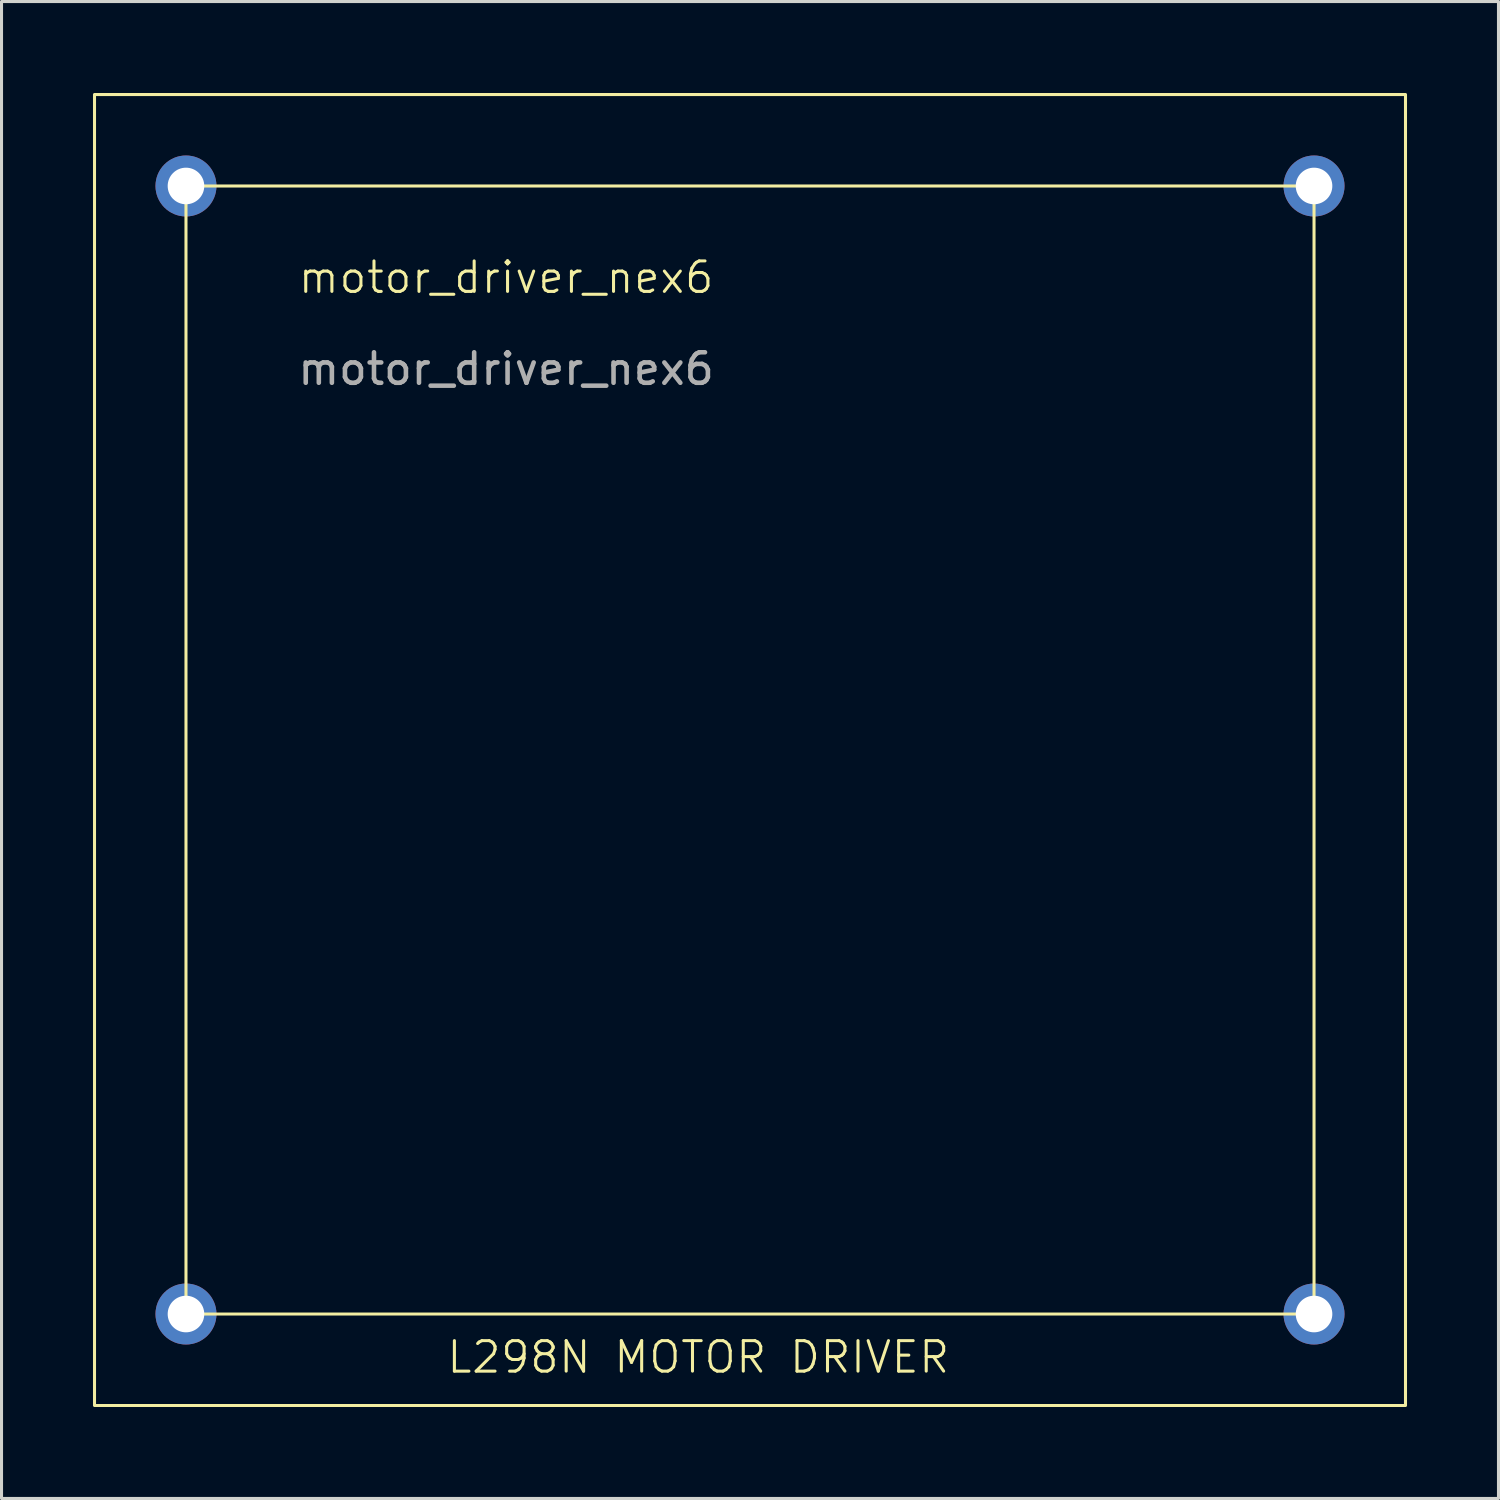
<source format=kicad_pcb>
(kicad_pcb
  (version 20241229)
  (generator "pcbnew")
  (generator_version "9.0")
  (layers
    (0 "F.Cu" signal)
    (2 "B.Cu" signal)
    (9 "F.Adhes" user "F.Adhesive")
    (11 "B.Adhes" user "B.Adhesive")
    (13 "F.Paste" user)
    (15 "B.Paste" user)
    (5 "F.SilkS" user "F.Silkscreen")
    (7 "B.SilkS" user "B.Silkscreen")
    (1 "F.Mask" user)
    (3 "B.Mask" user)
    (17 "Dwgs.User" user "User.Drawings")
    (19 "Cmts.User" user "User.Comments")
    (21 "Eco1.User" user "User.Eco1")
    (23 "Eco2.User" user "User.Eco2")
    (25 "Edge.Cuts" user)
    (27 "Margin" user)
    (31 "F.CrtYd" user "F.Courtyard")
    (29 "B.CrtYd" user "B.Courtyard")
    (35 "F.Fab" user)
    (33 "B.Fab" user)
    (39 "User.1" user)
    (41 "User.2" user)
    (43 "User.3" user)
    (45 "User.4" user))
  (footprint "motor_driver_nex6"
    (layer "F.Cu")
    (at 13.55 6.55)
    (property "Reference" "motor_driver_nex6" (at 0 -0.5 0) (unlocked yes) (layer "F.SilkS") (effects (font (size 1 1) (thickness 0.1))))
    (attr through_hole)
    (fp_rect (start -13.5 -6.5) (end 29.5 36.5) (stroke (width 0.1) (type default)) (fill no) (layer "F.SilkS"))
    (fp_rect (start -10.5 -3.5) (end 26.5 33.5) (stroke (width 0.1) (type default)) (fill no) (layer "F.SilkS"))
    (fp_text user "L298N MOTOR DRIVER" (at -2 35.5 0) (unlocked yes) (layer "F.SilkS") (effects (font (size 1 1) (thickness 0.1)) (justify left bottom)))
    (fp_text user "${REFERENCE}" (at 0 2.5 0) (unlocked yes) (layer "F.Fab") (effects (font (size 1 1) (thickness 0.15))))
    (pad "1" thru_hole circle (at 26.5 -3.5) (size 2 2) (drill 1.2) (layers "*.Cu" "*.Mask"))
    (pad "2" thru_hole circle (at -10.5 -3.5) (size 2 2) (drill 1.2) (layers "*.Cu" "*.Mask"))
    (pad "3" thru_hole circle (at -10.5 33.5) (size 2 2) (drill 1.2) (layers "*.Cu" "*.Mask"))
    (pad "4" thru_hole circle (at 26.5 33.5) (size 2 2) (drill 1.2) (layers "*.Cu" "*.Mask")))
  (gr_rect
    (start -3 -3)
    (end 46.1 46.1)
    (stroke (width 0.1) (type default))
    (fill no)
    (layer "Edge.Cuts")))
</source>
